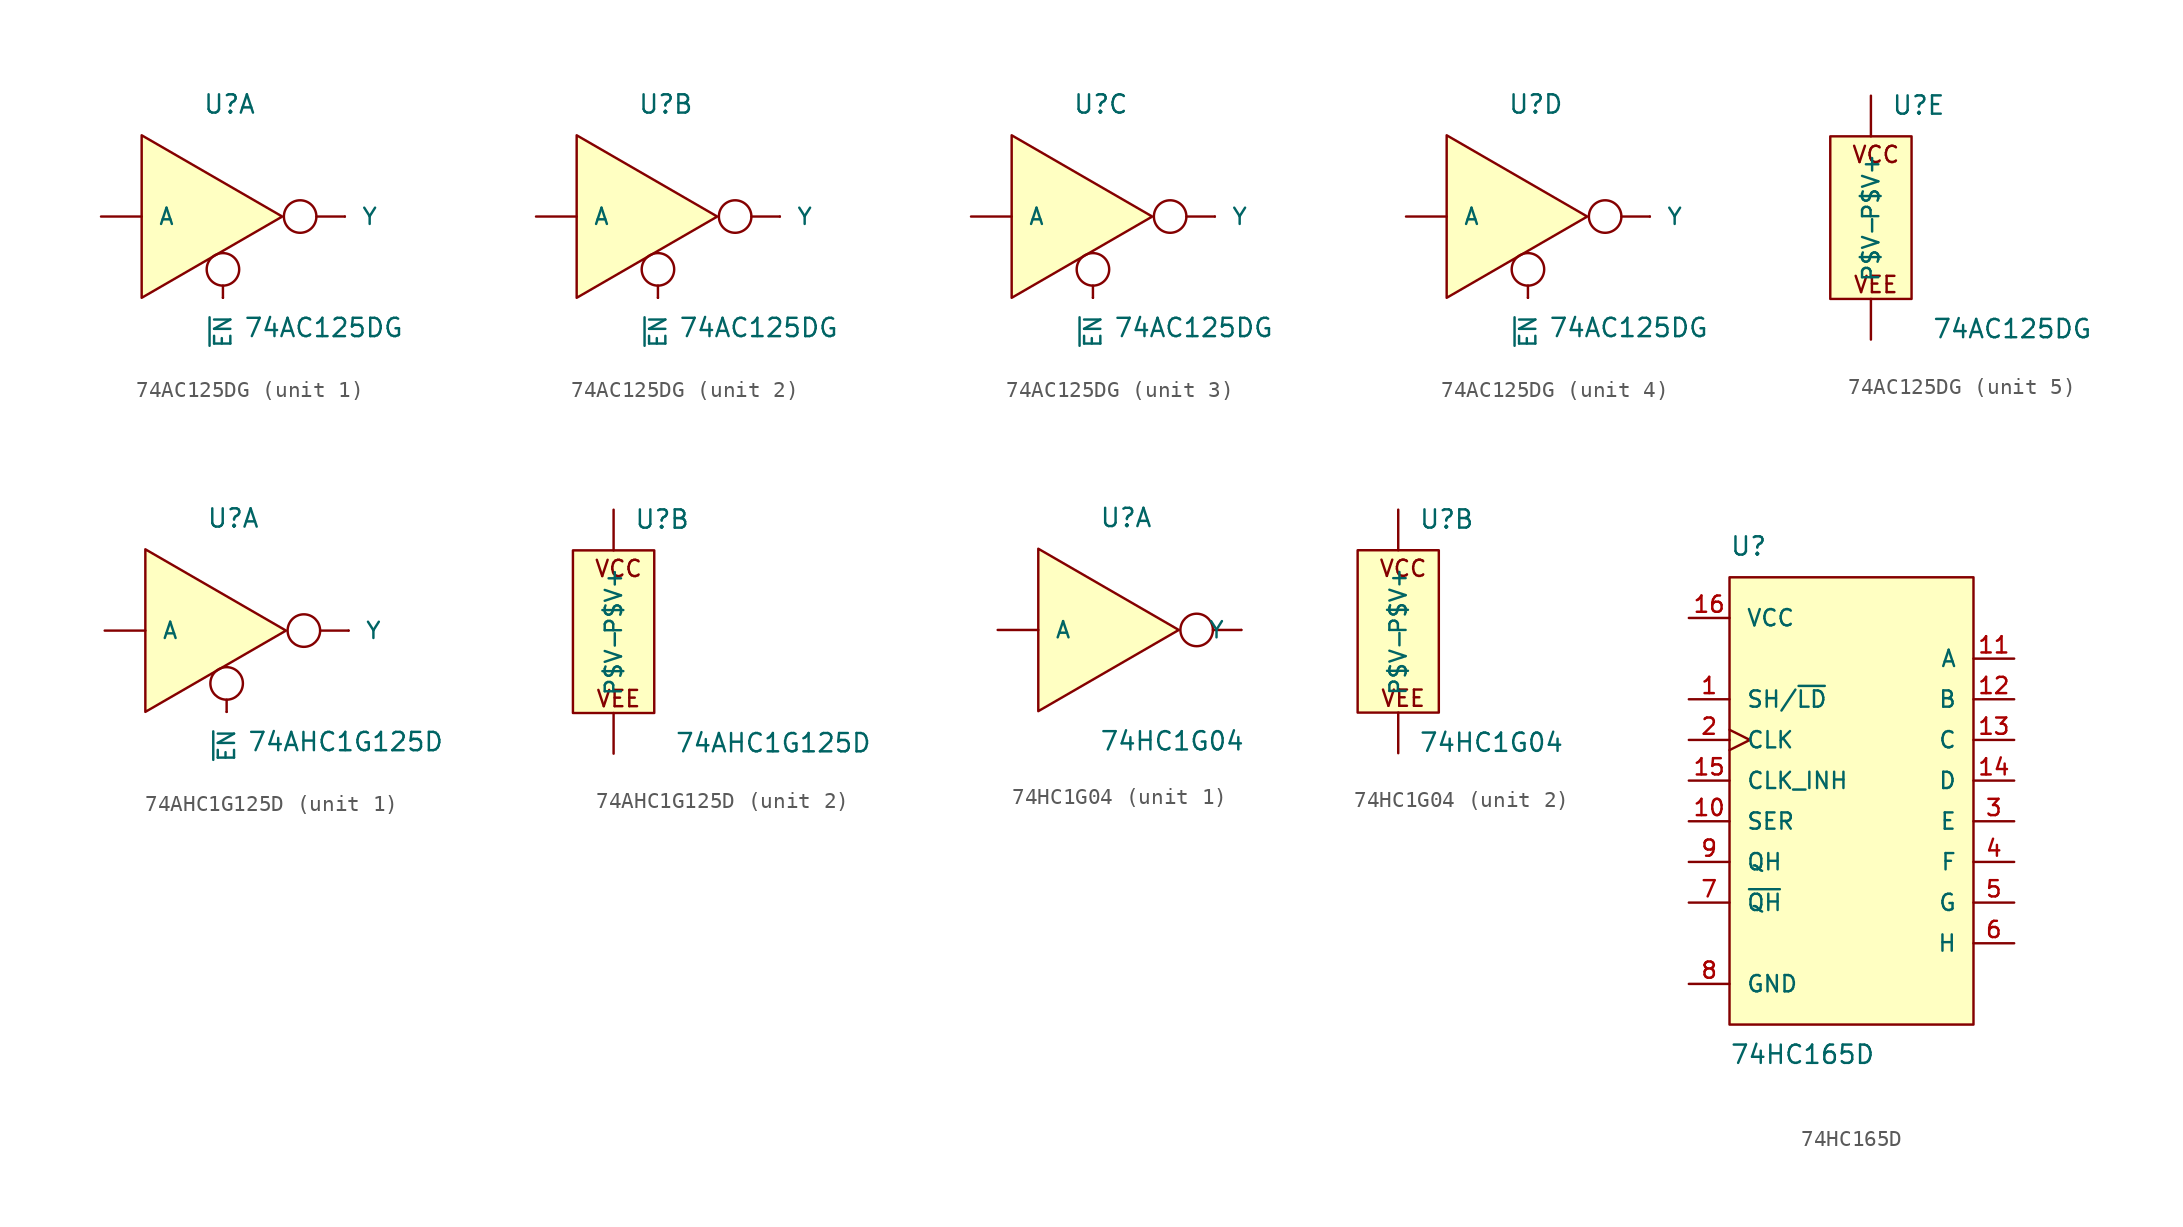
<source format=kicad_sym>
(kicad_symbol_lib
  (version 20211014)
  (generator kicad_symbol_editor)
  (symbol "74AC125DG"
    (pin_numbers hide)
    (pin_names
      (offset 1.016))
    (property "Reference" "U"
      (at 1.27 6.35 0)
      (effects (font (size 1.143 1.143)) (justify left bottom)))
    (property "Value" "74AC125DG"
      (at 3.81 -7.62 0)
      (effects (font (size 1.143 1.143)) (justify left bottom)))
    (property "ki_locked" ""
      (at 0 0 0)
      (effects (font (size 1.27 1.27))))
    (symbol "74AC125DG_1_0"
      (polyline (pts (xy 2.54 -4.318) (xy 2.54 -5.08)) (stroke (width 0) (type default) (color 0 0 0 0)) (fill (type none)))
      (polyline (pts (xy 10.16 0) (xy 8.382 0)) (stroke (width 0) (type default) (color 0 0 0 0)) (fill (type none))))
    (symbol "74AC125DG_1_1"
      (polyline (pts (xy -2.54 5.08) (xy 6.248 0) (xy -2.54 -5.08) (xy -2.54 5.08)) (stroke (width 0) (type default) (color 0 0 0 0)) (fill (type background)))
      (circle (center 2.54 -3.302) (radius 1.016) (stroke (width 0) (type default) (color 0 0 0 0)) (fill (type none)))
      (circle (center 7.366 0) (radius 1.016) (stroke (width 0) (type default) (color 0 0 0 0)) (fill (type none)))
      (pin bidirectional line (at 2.54 -5.08 270) (length 0) (name "~{EN}" (effects (font (size 1.016 1.016)))) (number "1" (effects (font (size 1.016 1.016)))))
      (pin bidirectional line (at -5.08 0 0) (length 2.54) (name "A" (effects (font (size 1.016 1.016)))) (number "2" (effects (font (size 1.016 1.016)))))
      (pin bidirectional line (at 10.16 0 0) (length 0) (name "Y" (effects (font (size 1.016 1.016)))) (number "3" (effects (font (size 1.016 1.016))))))
    (symbol "74AC125DG_2_0"
      (polyline (pts (xy 2.54 -4.318) (xy 2.54 -5.08)) (stroke (width 0) (type default) (color 0 0 0 0)) (fill (type none)))
      (polyline (pts (xy 10.16 0) (xy 8.382 0)) (stroke (width 0) (type default) (color 0 0 0 0)) (fill (type none))))
    (symbol "74AC125DG_2_1"
      (polyline (pts (xy -2.54 5.08) (xy 6.248 0) (xy -2.54 -5.08) (xy -2.54 5.08)) (stroke (width 0) (type default) (color 0 0 0 0)) (fill (type background)))
      (circle (center 2.54 -3.302) (radius 1.016) (stroke (width 0) (type default) (color 0 0 0 0)) (fill (type none)))
      (circle (center 7.366 0) (radius 1.016) (stroke (width 0) (type default) (color 0 0 0 0)) (fill (type none)))
      (pin bidirectional line (at 2.54 -5.08 270) (length 0) (name "~{EN}" (effects (font (size 1.016 1.016)))) (number "4" (effects (font (size 1.016 1.016)))))
      (pin bidirectional line (at -5.08 0 0) (length 2.54) (name "A" (effects (font (size 1.016 1.016)))) (number "5" (effects (font (size 1.016 1.016)))))
      (pin bidirectional line (at 10.16 0 0) (length 0) (name "Y" (effects (font (size 1.016 1.016)))) (number "6" (effects (font (size 1.016 1.016))))))
    (symbol "74AC125DG_3_0"
      (polyline (pts (xy 2.54 -4.318) (xy 2.54 -5.08)) (stroke (width 0) (type default) (color 0 0 0 0)) (fill (type none)))
      (polyline (pts (xy 10.16 0) (xy 8.382 0)) (stroke (width 0) (type default) (color 0 0 0 0)) (fill (type none))))
    (symbol "74AC125DG_3_1"
      (polyline (pts (xy -2.54 5.08) (xy 6.248 0) (xy -2.54 -5.08) (xy -2.54 5.08)) (stroke (width 0) (type default) (color 0 0 0 0)) (fill (type background)))
      (circle (center 2.54 -3.302) (radius 1.016) (stroke (width 0) (type default) (color 0 0 0 0)) (fill (type none)))
      (circle (center 7.366 0) (radius 1.016) (stroke (width 0) (type default) (color 0 0 0 0)) (fill (type none)))
      (pin bidirectional line (at 10.16 0 0) (length 0) (name "Y" (effects (font (size 1.016 1.016)))) (number "11" (effects (font (size 1.016 1.016)))))
      (pin bidirectional line (at -5.08 0 0) (length 2.54) (name "A" (effects (font (size 1.016 1.016)))) (number "12" (effects (font (size 1.016 1.016)))))
      (pin bidirectional line (at 2.54 -5.08 270) (length 0) (name "~{EN}" (effects (font (size 1.016 1.016)))) (number "13" (effects (font (size 1.016 1.016))))))
    (symbol "74AC125DG_4_0"
      (polyline (pts (xy 2.54 -4.318) (xy 2.54 -5.08)) (stroke (width 0) (type default) (color 0 0 0 0)) (fill (type none)))
      (polyline (pts (xy 10.16 0) (xy 8.382 0)) (stroke (width 0) (type default) (color 0 0 0 0)) (fill (type none))))
    (symbol "74AC125DG_4_1"
      (polyline (pts (xy -2.54 5.08) (xy 6.248 0) (xy -2.54 -5.08) (xy -2.54 5.08)) (stroke (width 0) (type default) (color 0 0 0 0)) (fill (type background)))
      (circle (center 2.54 -3.302) (radius 1.016) (stroke (width 0) (type default) (color 0 0 0 0)) (fill (type none)))
      (circle (center 7.366 0) (radius 1.016) (stroke (width 0) (type default) (color 0 0 0 0)) (fill (type none)))
      (pin bidirectional line (at 2.54 -5.08 270) (length 0) (name "~{EN}" (effects (font (size 1.016 1.016)))) (number "10" (effects (font (size 1.016 1.016)))))
      (pin bidirectional line (at 10.16 0 0) (length 0) (name "Y" (effects (font (size 1.016 1.016)))) (number "8" (effects (font (size 1.016 1.016)))))
      (pin bidirectional line (at -5.08 0 0) (length 2.54) (name "A" (effects (font (size 1.016 1.016)))) (number "9" (effects (font (size 1.016 1.016))))))
    (symbol "74AC125DG_5_0"
      (text "VCC" (at 0.305 3.937 0) (effects (font (size 1.016 1.016))))
      (text "VEE" (at 0.305 -4.191 0) (effects (font (size 1.016 1.016)))))
    (symbol "74AC125DG_5_1"
      (polyline (pts (xy -2.54 5.08) (xy 2.54 5.08) (xy 2.54 -5.08) (xy -2.54 -5.08) (xy -2.54 5.08)) (stroke (width 0) (type default) (color 0 0 0 0)) (fill (type background)))
      (pin bidirectional line (at 0 7.62 270) (length 2.54) (name "P$V+" (effects (font (size 1.016 1.016)))) (number "14" (effects (font (size 1.016 1.016)))))
      (pin bidirectional line (at 0 -7.62 90) (length 2.54) (name "P$V-" (effects (font (size 1.016 1.016)))) (number "7" (effects (font (size 1.016 1.016)))))))
  (symbol "74AHC1G125D"
    (pin_numbers hide)
    (pin_names
      (offset 1.016))
    (property "Reference" "U"
      (at 1.27 6.35 0)
      (effects (font (size 1.143 1.143)) (justify left bottom)))
    (property "Value" "74AHC1G125D"
      (at 3.81 -7.62 0)
      (effects (font (size 1.143 1.143)) (justify left bottom)))
    (property "ki_locked" ""
      (at 0 0 0)
      (effects (font (size 1.27 1.27))))
    (symbol "74AHC1G125D_1_0"
      (polyline (pts (xy 2.54 -4.318) (xy 2.54 -5.08)) (stroke (width 0) (type default) (color 0 0 0 0)) (fill (type none)))
      (polyline (pts (xy 10.16 0) (xy 8.382 0)) (stroke (width 0) (type default) (color 0 0 0 0)) (fill (type none))))
    (symbol "74AHC1G125D_1_1"
      (polyline (pts (xy -2.54 5.08) (xy 6.248 0) (xy -2.54 -5.08) (xy -2.54 5.08)) (stroke (width 0) (type default) (color 0 0 0 0)) (fill (type background)))
      (circle (center 2.54 -3.302) (radius 1.016) (stroke (width 0) (type default) (color 0 0 0 0)) (fill (type none)))
      (circle (center 7.366 0) (radius 1.016) (stroke (width 0) (type default) (color 0 0 0 0)) (fill (type none)))
      (pin bidirectional line (at 2.54 -5.08 270) (length 0) (name "~{EN}" (effects (font (size 1.016 1.016)))) (number "1" (effects (font (size 1.016 1.016)))))
      (pin bidirectional line (at -5.08 0 0) (length 2.54) (name "A" (effects (font (size 1.016 1.016)))) (number "2" (effects (font (size 1.016 1.016)))))
      (pin bidirectional line (at 10.16 0 0) (length 0) (name "Y" (effects (font (size 1.016 1.016)))) (number "4" (effects (font (size 1.016 1.016))))))
    (symbol "74AHC1G125D_2_0"
      (text "VCC" (at 0.305 3.937 0) (effects (font (size 1.016 1.016))))
      (text "VEE" (at 0.305 -4.191 0) (effects (font (size 1.016 1.016)))))
    (symbol "74AHC1G125D_2_1"
      (polyline (pts (xy -2.54 5.08) (xy 2.54 5.08) (xy 2.54 -5.08) (xy -2.54 -5.08) (xy -2.54 5.08)) (stroke (width 0) (type default) (color 0 0 0 0)) (fill (type background)))
      (pin bidirectional line (at 0 -7.62 90) (length 2.54) (name "P$V-" (effects (font (size 1.016 1.016)))) (number "3" (effects (font (size 1.016 1.016)))))
      (pin bidirectional line (at 0 7.62 270) (length 2.54) (name "P$V+" (effects (font (size 1.016 1.016)))) (number "5" (effects (font (size 1.016 1.016)))))))
  (symbol "74HC1G04"
    (pin_numbers hide)
    (pin_names
      (offset 1.016))
    (property "Reference" "U"
      (at 1.27 6.35 0)
      (effects (font (size 1.143 1.143)) (justify left bottom)))
    (property "Value" "74HC1G04"
      (at 1.27 -7.62 0)
      (effects (font (size 1.143 1.143)) (justify left bottom)))
    (property "ki_locked" ""
      (at 0 0 0)
      (effects (font (size 1.27 1.27))))
    (symbol "74HC1G04_1_0"
      (polyline (pts (xy 10.16 0) (xy 8.382 0)) (stroke (width 0) (type default) (color 0 0 0 0)) (fill (type none))))
    (symbol "74HC1G04_1_1"
      (polyline (pts (xy -2.54 5.08) (xy 6.248 0) (xy -2.54 -5.08) (xy -2.54 5.08)) (stroke (width 0) (type default) (color 0 0 0 0)) (fill (type background)))
      (circle (center 7.366 0) (radius 1.016) (stroke (width 0) (type default) (color 0 0 0 0)) (fill (type none)))
      (pin bidirectional line (at -5.08 0 0) (length 2.54) (name "A" (effects (font (size 1.016 1.016)))) (number "2" (effects (font (size 1.016 1.016)))))
      (pin bidirectional line (at 10.16 0 180) (length 0) (name "Y" (effects (font (size 1.016 1.016)))) (number "4" (effects (font (size 1.016 1.016))))))
    (symbol "74HC1G04_2_0"
      (text "VCC" (at 0.305 3.937 0) (effects (font (size 1.016 1.016))))
      (text "VEE" (at 0.305 -4.191 0) (effects (font (size 1.016 1.016)))))
    (symbol "74HC1G04_2_1"
      (polyline (pts (xy -2.54 5.08) (xy 2.54 5.08) (xy 2.54 -5.08) (xy -2.54 -5.08) (xy -2.54 5.08)) (stroke (width 0) (type default) (color 0 0 0 0)) (fill (type background)))
      (pin bidirectional line (at 0 -7.62 90) (length 2.54) (name "P$V-" (effects (font (size 1.016 1.016)))) (number "3" (effects (font (size 1.016 1.016)))))
      (pin bidirectional line (at 0 7.62 270) (length 2.54) (name "P$V+" (effects (font (size 1.016 1.016)))) (number "5" (effects (font (size 1.016 1.016)))))))
  (symbol "74HC165D"
    (pin_names
      (offset 1.016))
    (property "Reference" "U"
      (at -7.62 16.51 0)
      (effects (font (size 1.143 1.143)) (justify left bottom)))
    (property "Value" "74HC165D"
      (at -7.62 -15.24 0)
      (effects (font (size 1.143 1.143)) (justify left bottom)))
    (property "ki_locked" ""
      (at 0 0 0)
      (effects (font (size 1.27 1.27))))
    (symbol "74HC165D_1_1"
      (polyline (pts (xy -7.62 -12.7) (xy 7.62 -12.7) (xy 7.62 15.24) (xy -7.62 15.24) (xy -7.62 -12.7)) (stroke (width 0) (type default) (color 0 0 0 0)) (fill (type background)))
      (pin input line (at -10.16 7.62 0) (length 2.54) (name "SH/~{LD}" (effects (font (size 1.016 1.016)))) (number "1" (effects (font (size 1.016 1.016)))))
      (pin input line (at -10.16 0 0) (length 2.54) (name "SER" (effects (font (size 1.016 1.016)))) (number "10" (effects (font (size 1.016 1.016)))))
      (pin tri_state line (at 10.16 10.16 180) (length 2.54) (name "A" (effects (font (size 1.016 1.016)))) (number "11" (effects (font (size 1.016 1.016)))))
      (pin tri_state line (at 10.16 7.62 180) (length 2.54) (name "B" (effects (font (size 1.016 1.016)))) (number "12" (effects (font (size 1.016 1.016)))))
      (pin tri_state line (at 10.16 5.08 180) (length 2.54) (name "C" (effects (font (size 1.016 1.016)))) (number "13" (effects (font (size 1.016 1.016)))))
      (pin tri_state line (at 10.16 2.54 180) (length 2.54) (name "D" (effects (font (size 1.016 1.016)))) (number "14" (effects (font (size 1.016 1.016)))))
      (pin input line (at -10.16 2.54 0) (length 2.54) (name "CLK_INH" (effects (font (size 1.016 1.016)))) (number "15" (effects (font (size 1.016 1.016)))))
      (pin power_in line (at -10.16 12.7 0) (length 2.54) (name "VCC" (effects (font (size 1.016 1.016)))) (number "16" (effects (font (size 1.016 1.016)))))
      (pin input clock (at -10.16 5.08 0) (length 2.54) (name "CLK" (effects (font (size 1.016 1.016)))) (number "2" (effects (font (size 1.016 1.016)))))
      (pin tri_state line (at 10.16 0 180) (length 2.54) (name "E" (effects (font (size 1.016 1.016)))) (number "3" (effects (font (size 1.016 1.016)))))
      (pin tri_state line (at 10.16 -2.54 180) (length 2.54) (name "F" (effects (font (size 1.016 1.016)))) (number "4" (effects (font (size 1.016 1.016)))))
      (pin tri_state line (at 10.16 -5.08 180) (length 2.54) (name "G" (effects (font (size 1.016 1.016)))) (number "5" (effects (font (size 1.016 1.016)))))
      (pin tri_state line (at 10.16 -7.62 180) (length 2.54) (name "H" (effects (font (size 1.016 1.016)))) (number "6" (effects (font (size 1.016 1.016)))))
      (pin input line (at -10.16 -5.08 0) (length 2.54) (name "~{QH}" (effects (font (size 1.016 1.016)))) (number "7" (effects (font (size 1.016 1.016)))))
      (pin power_in line (at -10.16 -10.16 0) (length 2.54) (name "GND" (effects (font (size 1.016 1.016)))) (number "8" (effects (font (size 1.016 1.016)))))
      (pin tri_state line (at -10.16 -2.54 0) (length 2.54) (name "QH" (effects (font (size 1.016 1.016)))) (number "9" (effects (font (size 1.016 1.016))))))))
</source>
